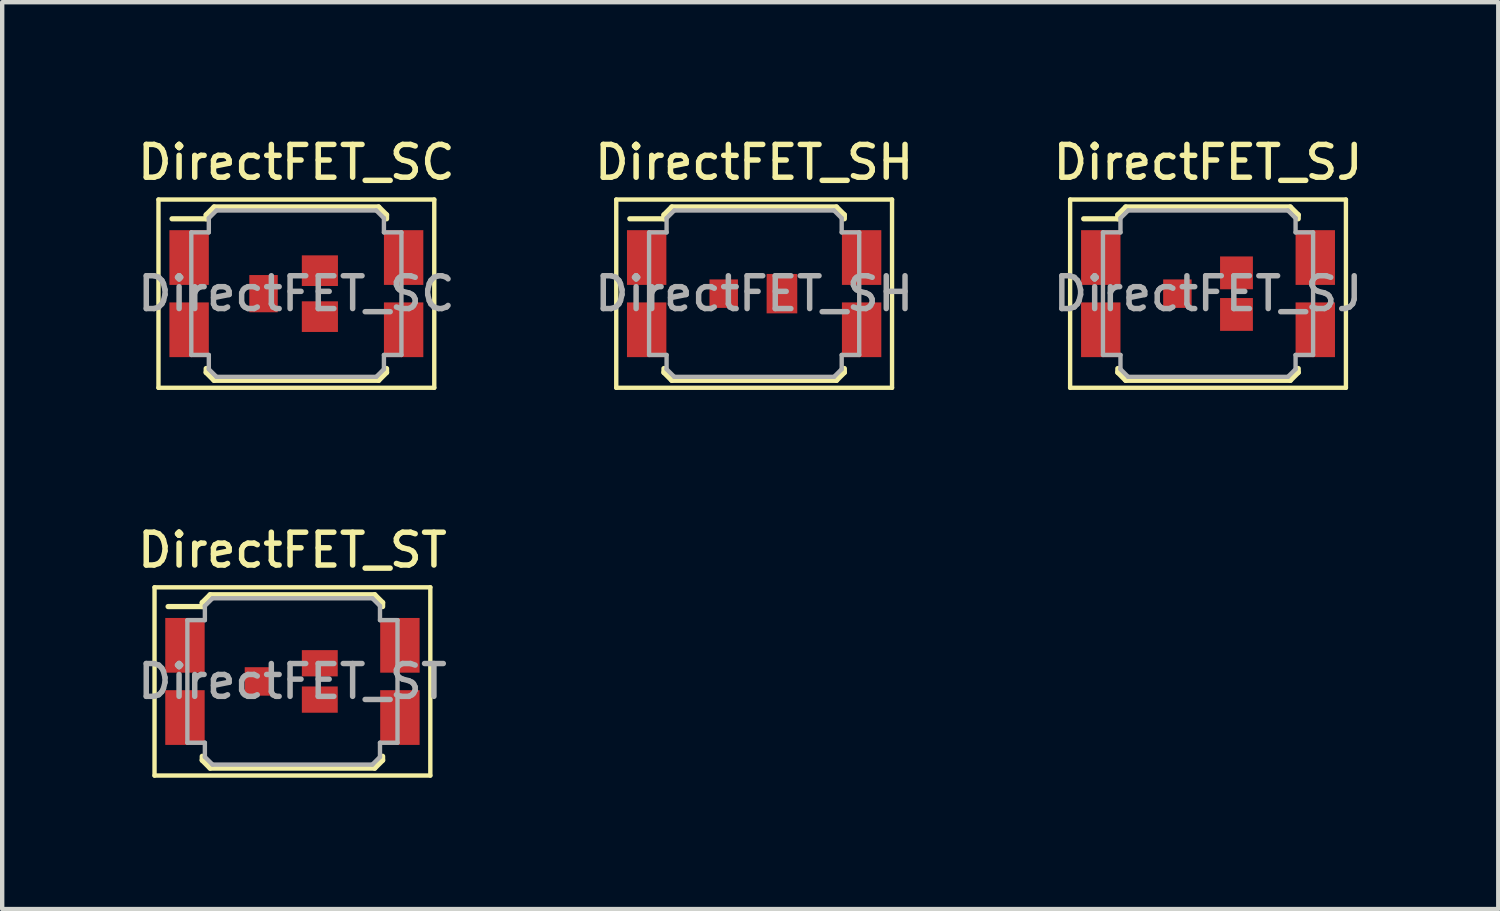
<source format=kicad_pcb>
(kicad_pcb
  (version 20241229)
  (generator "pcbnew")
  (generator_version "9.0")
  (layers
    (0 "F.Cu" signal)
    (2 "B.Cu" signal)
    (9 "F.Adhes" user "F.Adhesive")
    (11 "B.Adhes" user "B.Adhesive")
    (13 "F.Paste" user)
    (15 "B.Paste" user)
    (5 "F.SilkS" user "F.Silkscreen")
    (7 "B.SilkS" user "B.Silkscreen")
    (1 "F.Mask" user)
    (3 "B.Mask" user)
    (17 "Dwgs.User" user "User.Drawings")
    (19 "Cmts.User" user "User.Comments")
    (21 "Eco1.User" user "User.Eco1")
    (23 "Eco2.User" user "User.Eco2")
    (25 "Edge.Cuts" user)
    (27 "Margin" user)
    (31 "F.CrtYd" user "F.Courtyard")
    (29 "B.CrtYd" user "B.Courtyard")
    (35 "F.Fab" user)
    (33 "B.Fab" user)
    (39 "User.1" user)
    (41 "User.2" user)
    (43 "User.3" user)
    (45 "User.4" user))
  (footprint "DirectFET_SH"
    (layer "F.Cu")
    (at 14.177 3.658)
    (property "Reference" "DirectFET_SH" (at 0 -3 0) (layer "F.SilkS") (effects (font (size 0.75 0.75) (thickness 0.125))))
    (attr smd)
    (fp_line (start -3.15 -2.15) (end -3.15 2.15) (stroke (width 0.1) (type solid)) (layer "F.SilkS"))
    (fp_line (start -3.15 -2.15) (end 3.15 -2.15) (stroke (width 0.1) (type solid)) (layer "F.SilkS"))
    (fp_line (start -3.15 2.15) (end 3.15 2.15) (stroke (width 0.1) (type solid)) (layer "F.SilkS"))
    (fp_line (start -2.84 -1.71) (end -2.06 -1.71) (stroke (width 0.12) (type solid)) (layer "F.SilkS"))
    (fp_line (start -2.06 -1.8) (end -1.88 -1.98) (stroke (width 0.12) (type solid)) (layer "F.SilkS"))
    (fp_line (start -2.06 -1.71) (end -2.06 -1.8) (stroke (width 0.12) (type solid)) (layer "F.SilkS"))
    (fp_line (start -2.06 1.71) (end -2.06 1.8) (stroke (width 0.12) (type solid)) (layer "F.SilkS"))
    (fp_line (start -2.06 1.8) (end -1.88 1.98) (stroke (width 0.12) (type solid)) (layer "F.SilkS"))
    (fp_line (start -1.88 -1.98) (end 1.88 -1.98) (stroke (width 0.12) (type solid)) (layer "F.SilkS"))
    (fp_line (start -1.88 1.98) (end 1.88 1.98) (stroke (width 0.12) (type solid)) (layer "F.SilkS"))
    (fp_line (start 2.06 -1.8) (end 1.88 -1.98) (stroke (width 0.12) (type solid)) (layer "F.SilkS"))
    (fp_line (start 2.06 -1.71) (end 2.06 -1.8) (stroke (width 0.12) (type solid)) (layer "F.SilkS"))
    (fp_line (start 2.06 1.71) (end 2.06 1.8) (stroke (width 0.12) (type solid)) (layer "F.SilkS"))
    (fp_line (start 2.06 1.8) (end 1.88 1.98) (stroke (width 0.12) (type solid)) (layer "F.SilkS"))
    (fp_line (start 3.15 -2.15) (end 3.15 2.15) (stroke (width 0.1) (type solid)) (layer "F.SilkS"))
    (fp_line (start -2.4 -1.4) (end -2 -1.4) (stroke (width 0.1) (type solid)) (layer "F.Fab"))
    (fp_line (start -2.4 1.4) (end -2.4 -1.4) (stroke (width 0.1) (type solid)) (layer "F.Fab"))
    (fp_line (start -2.4 1.4) (end -2 1.4) (stroke (width 0.1) (type solid)) (layer "F.Fab"))
    (fp_line (start -2 -1.725) (end -1.825 -1.9) (stroke (width 0.1) (type solid)) (layer "F.Fab"))
    (fp_line (start -2 -1.4) (end -2 -1.725) (stroke (width 0.1) (type solid)) (layer "F.Fab"))
    (fp_line (start -2 1.4) (end -2 1.725) (stroke (width 0.1) (type solid)) (layer "F.Fab"))
    (fp_line (start -2 1.725) (end -1.825 1.9) (stroke (width 0.1) (type solid)) (layer "F.Fab"))
    (fp_line (start -1.825 -1.9) (end 1.825 -1.9) (stroke (width 0.1) (type solid)) (layer "F.Fab"))
    (fp_line (start -1.825 1.9) (end 1.825 1.9) (stroke (width 0.1) (type solid)) (layer "F.Fab"))
    (fp_line (start 1.825 -1.9) (end 2 -1.725) (stroke (width 0.1) (type solid)) (layer "F.Fab"))
    (fp_line (start 1.825 1.9) (end 2 1.725) (stroke (width 0.1) (type solid)) (layer "F.Fab"))
    (fp_line (start 2 -1.4) (end 2 -1.725) (stroke (width 0.1) (type solid)) (layer "F.Fab"))
    (fp_line (start 2 1.4) (end 2 1.725) (stroke (width 0.1) (type solid)) (layer "F.Fab"))
    (fp_line (start 2.4 -1.4) (end 2 -1.4) (stroke (width 0.1) (type solid)) (layer "F.Fab"))
    (fp_line (start 2.4 1.4) (end 2 1.4) (stroke (width 0.1) (type solid)) (layer "F.Fab"))
    (fp_line (start 2.4 1.4) (end 2.4 -1.4) (stroke (width 0.1) (type solid)) (layer "F.Fab"))
    (fp_text user "${REFERENCE}" (at 0 0 0) (layer "F.Fab") (effects (font (size 0.75 0.75) (thickness 0.125))))
    (pad "1" smd rect (at -2.455 -0.825) (size 0.9 1.25) (layers "F.Cu" "F.Mask" "F.Paste"))
    (pad "1" smd rect (at -2.455 0.825) (size 0.9 1.25) (layers "F.Cu" "F.Mask" "F.Paste"))
    (pad "1" smd rect (at 2.455 -0.825) (size 0.9 1.25) (layers "F.Cu" "F.Mask" "F.Paste"))
    (pad "1" smd rect (at 2.455 0.825) (size 0.9 1.25) (layers "F.Cu" "F.Mask" "F.Paste"))
    (pad "2" smd rect (at -0.695 0) (size 0.65 0.65) (layers "F.Cu" "F.Mask" "F.Paste"))
    (pad "3" smd rect (at 0.635 0) (size 0.7 0.9) (layers "F.Cu" "F.Mask" "F.Paste")))
  (footprint "DirectFET_SC"
    (layer "F.Cu")
    (at 3.72 3.658)
    (property "Reference" "DirectFET_SC" (at 0 -3 0) (layer "F.SilkS") (effects (font (size 0.75 0.75) (thickness 0.125))))
    (attr smd)
    (fp_line (start -3.15 -2.15) (end -3.15 2.15) (stroke (width 0.1) (type solid)) (layer "F.SilkS"))
    (fp_line (start -3.15 -2.15) (end 3.15 -2.15) (stroke (width 0.1) (type solid)) (layer "F.SilkS"))
    (fp_line (start -3.15 2.15) (end 3.15 2.15) (stroke (width 0.1) (type solid)) (layer "F.SilkS"))
    (fp_line (start -2.84 -1.71) (end -2.06 -1.71) (stroke (width 0.12) (type solid)) (layer "F.SilkS"))
    (fp_line (start -2.06 -1.8) (end -1.88 -1.98) (stroke (width 0.12) (type solid)) (layer "F.SilkS"))
    (fp_line (start -2.06 -1.71) (end -2.06 -1.8) (stroke (width 0.12) (type solid)) (layer "F.SilkS"))
    (fp_line (start -2.06 1.71) (end -2.06 1.8) (stroke (width 0.12) (type solid)) (layer "F.SilkS"))
    (fp_line (start -2.06 1.8) (end -1.88 1.98) (stroke (width 0.12) (type solid)) (layer "F.SilkS"))
    (fp_line (start -1.88 -1.98) (end 1.88 -1.98) (stroke (width 0.12) (type solid)) (layer "F.SilkS"))
    (fp_line (start -1.88 1.98) (end 1.88 1.98) (stroke (width 0.12) (type solid)) (layer "F.SilkS"))
    (fp_line (start 2.06 -1.8) (end 1.88 -1.98) (stroke (width 0.12) (type solid)) (layer "F.SilkS"))
    (fp_line (start 2.06 -1.71) (end 2.06 -1.8) (stroke (width 0.12) (type solid)) (layer "F.SilkS"))
    (fp_line (start 2.06 1.71) (end 2.06 1.8) (stroke (width 0.12) (type solid)) (layer "F.SilkS"))
    (fp_line (start 2.06 1.8) (end 1.88 1.98) (stroke (width 0.12) (type solid)) (layer "F.SilkS"))
    (fp_line (start 3.15 -2.15) (end 3.15 2.15) (stroke (width 0.1) (type solid)) (layer "F.SilkS"))
    (fp_line (start -2.4 -1.4) (end -2 -1.4) (stroke (width 0.1) (type solid)) (layer "F.Fab"))
    (fp_line (start -2.4 1.4) (end -2.4 -1.4) (stroke (width 0.1) (type solid)) (layer "F.Fab"))
    (fp_line (start -2.4 1.4) (end -2 1.4) (stroke (width 0.1) (type solid)) (layer "F.Fab"))
    (fp_line (start -2 -1.725) (end -1.825 -1.9) (stroke (width 0.1) (type solid)) (layer "F.Fab"))
    (fp_line (start -2 -1.4) (end -2 -1.725) (stroke (width 0.1) (type solid)) (layer "F.Fab"))
    (fp_line (start -2 1.4) (end -2 1.725) (stroke (width 0.1) (type solid)) (layer "F.Fab"))
    (fp_line (start -2 1.725) (end -1.825 1.9) (stroke (width 0.1) (type solid)) (layer "F.Fab"))
    (fp_line (start -1.825 -1.9) (end 1.825 -1.9) (stroke (width 0.1) (type solid)) (layer "F.Fab"))
    (fp_line (start -1.825 1.9) (end 1.825 1.9) (stroke (width 0.1) (type solid)) (layer "F.Fab"))
    (fp_line (start 1.825 -1.9) (end 2 -1.725) (stroke (width 0.1) (type solid)) (layer "F.Fab"))
    (fp_line (start 1.825 1.9) (end 2 1.725) (stroke (width 0.1) (type solid)) (layer "F.Fab"))
    (fp_line (start 2 -1.4) (end 2 -1.725) (stroke (width 0.1) (type solid)) (layer "F.Fab"))
    (fp_line (start 2 1.4) (end 2 1.725) (stroke (width 0.1) (type solid)) (layer "F.Fab"))
    (fp_line (start 2.4 -1.4) (end 2 -1.4) (stroke (width 0.1) (type solid)) (layer "F.Fab"))
    (fp_line (start 2.4 1.4) (end 2 1.4) (stroke (width 0.1) (type solid)) (layer "F.Fab"))
    (fp_line (start 2.4 1.4) (end 2.4 -1.4) (stroke (width 0.1) (type solid)) (layer "F.Fab"))
    (fp_text user "${REFERENCE}" (at 0 0 0) (layer "F.Fab") (effects (font (size 0.75 0.75) (thickness 0.125))))
    (pad "1" smd rect (at -2.45 -0.825) (size 0.9 1.25) (layers "F.Cu" "F.Mask" "F.Paste"))
    (pad "1" smd rect (at -2.45 0.825) (size 0.9 1.25) (layers "F.Cu" "F.Mask" "F.Paste"))
    (pad "1" smd rect (at 2.45 -0.825) (size 0.9 1.25) (layers "F.Cu" "F.Mask" "F.Paste"))
    (pad "1" smd rect (at 2.45 0.825) (size 0.9 1.25) (layers "F.Cu" "F.Mask" "F.Paste"))
    (pad "2" smd rect (at -0.75 0) (size 0.65 0.85) (layers "F.Cu" "F.Mask" "F.Paste"))
    (pad "3" smd rect (at 0.537 -0.525) (size 0.825 0.7) (layers "F.Cu" "F.Mask" "F.Paste"))
    (pad "3" smd rect (at 0.537 0.525) (size 0.825 0.7) (layers "F.Cu" "F.Mask" "F.Paste")))
  (footprint "DirectFET_SJ"
    (layer "F.Cu")
    (at 24.545 3.658)
    (property "Reference" "DirectFET_SJ" (at 0 -3 0) (layer "F.SilkS") (effects (font (size 0.75 0.75) (thickness 0.125))))
    (attr smd)
    (fp_line (start -3.15 -2.15) (end -3.15 2.15) (stroke (width 0.1) (type solid)) (layer "F.SilkS"))
    (fp_line (start -3.15 -2.15) (end 3.15 -2.15) (stroke (width 0.1) (type solid)) (layer "F.SilkS"))
    (fp_line (start -3.15 2.15) (end 3.15 2.15) (stroke (width 0.1) (type solid)) (layer "F.SilkS"))
    (fp_line (start -2.84 -1.71) (end -2.06 -1.71) (stroke (width 0.12) (type solid)) (layer "F.SilkS"))
    (fp_line (start -2.06 -1.8) (end -1.88 -1.98) (stroke (width 0.12) (type solid)) (layer "F.SilkS"))
    (fp_line (start -2.06 -1.71) (end -2.06 -1.8) (stroke (width 0.12) (type solid)) (layer "F.SilkS"))
    (fp_line (start -2.06 1.71) (end -2.06 1.8) (stroke (width 0.12) (type solid)) (layer "F.SilkS"))
    (fp_line (start -2.06 1.8) (end -1.88 1.98) (stroke (width 0.12) (type solid)) (layer "F.SilkS"))
    (fp_line (start -1.88 -1.98) (end 1.88 -1.98) (stroke (width 0.12) (type solid)) (layer "F.SilkS"))
    (fp_line (start -1.88 1.98) (end 1.88 1.98) (stroke (width 0.12) (type solid)) (layer "F.SilkS"))
    (fp_line (start 2.06 -1.8) (end 1.88 -1.98) (stroke (width 0.12) (type solid)) (layer "F.SilkS"))
    (fp_line (start 2.06 -1.71) (end 2.06 -1.8) (stroke (width 0.12) (type solid)) (layer "F.SilkS"))
    (fp_line (start 2.06 1.71) (end 2.06 1.8) (stroke (width 0.12) (type solid)) (layer "F.SilkS"))
    (fp_line (start 2.06 1.8) (end 1.88 1.98) (stroke (width 0.12) (type solid)) (layer "F.SilkS"))
    (fp_line (start 3.15 -2.15) (end 3.15 2.15) (stroke (width 0.1) (type solid)) (layer "F.SilkS"))
    (fp_line (start -2.4 -1.4) (end -2 -1.4) (stroke (width 0.1) (type solid)) (layer "F.Fab"))
    (fp_line (start -2.4 1.4) (end -2.4 -1.4) (stroke (width 0.1) (type solid)) (layer "F.Fab"))
    (fp_line (start -2.4 1.4) (end -2 1.4) (stroke (width 0.1) (type solid)) (layer "F.Fab"))
    (fp_line (start -2 -1.725) (end -1.825 -1.9) (stroke (width 0.1) (type solid)) (layer "F.Fab"))
    (fp_line (start -2 -1.4) (end -2 -1.725) (stroke (width 0.1) (type solid)) (layer "F.Fab"))
    (fp_line (start -2 1.4) (end -2 1.725) (stroke (width 0.1) (type solid)) (layer "F.Fab"))
    (fp_line (start -2 1.725) (end -1.825 1.9) (stroke (width 0.1) (type solid)) (layer "F.Fab"))
    (fp_line (start -1.825 -1.9) (end 1.825 -1.9) (stroke (width 0.1) (type solid)) (layer "F.Fab"))
    (fp_line (start -1.825 1.9) (end 1.825 1.9) (stroke (width 0.1) (type solid)) (layer "F.Fab"))
    (fp_line (start 1.825 -1.9) (end 2 -1.725) (stroke (width 0.1) (type solid)) (layer "F.Fab"))
    (fp_line (start 1.825 1.9) (end 2 1.725) (stroke (width 0.1) (type solid)) (layer "F.Fab"))
    (fp_line (start 2 -1.4) (end 2 -1.725) (stroke (width 0.1) (type solid)) (layer "F.Fab"))
    (fp_line (start 2 1.4) (end 2 1.725) (stroke (width 0.1) (type solid)) (layer "F.Fab"))
    (fp_line (start 2.4 -1.4) (end 2 -1.4) (stroke (width 0.1) (type solid)) (layer "F.Fab"))
    (fp_line (start 2.4 1.4) (end 2 1.4) (stroke (width 0.1) (type solid)) (layer "F.Fab"))
    (fp_line (start 2.4 1.4) (end 2.4 -1.4) (stroke (width 0.1) (type solid)) (layer "F.Fab"))
    (fp_text user "${REFERENCE}" (at 0 0 0) (layer "F.Fab") (effects (font (size 0.75 0.75) (thickness 0.125))))
    (pad "1" smd rect (at -2.45 -0.825) (size 0.9 1.25) (layers "F.Cu" "F.Mask" "F.Paste"))
    (pad "1" smd rect (at -2.45 0.825) (size 0.9 1.25) (layers "F.Cu" "F.Mask" "F.Paste"))
    (pad "1" smd rect (at 2.45 -0.825) (size 0.9 1.25) (layers "F.Cu" "F.Mask" "F.Paste"))
    (pad "1" smd rect (at 2.45 0.825) (size 0.9 1.25) (layers "F.Cu" "F.Mask" "F.Paste"))
    (pad "2" smd rect (at -0.7 0) (size 0.65 0.65) (layers "F.Cu" "F.Mask" "F.Paste"))
    (pad "3" smd rect (at 0.65 -0.475) (size 0.75 0.75) (layers "F.Cu" "F.Mask" "F.Paste"))
    (pad "3" smd rect (at 0.65 0.475) (size 0.75 0.75) (layers "F.Cu" "F.Mask" "F.Paste")))
  (footprint "DirectFET_ST"
    (layer "F.Cu")
    (at 3.63 12.516)
    (property "Reference" "DirectFET_ST" (at 0 -3 0) (layer "F.SilkS") (effects (font (size 0.75 0.75) (thickness 0.125))))
    (attr smd)
    (fp_line (start -3.15 -2.15) (end -3.15 2.15) (stroke (width 0.1) (type solid)) (layer "F.SilkS"))
    (fp_line (start -3.15 -2.15) (end 3.15 -2.15) (stroke (width 0.1) (type solid)) (layer "F.SilkS"))
    (fp_line (start -3.15 2.15) (end 3.15 2.15) (stroke (width 0.1) (type solid)) (layer "F.SilkS"))
    (fp_line (start -2.84 -1.71) (end -2.06 -1.71) (stroke (width 0.12) (type solid)) (layer "F.SilkS"))
    (fp_line (start -2.06 -1.8) (end -1.88 -1.98) (stroke (width 0.12) (type solid)) (layer "F.SilkS"))
    (fp_line (start -2.06 -1.71) (end -2.06 -1.8) (stroke (width 0.12) (type solid)) (layer "F.SilkS"))
    (fp_line (start -2.06 1.71) (end -2.06 1.8) (stroke (width 0.12) (type solid)) (layer "F.SilkS"))
    (fp_line (start -2.06 1.8) (end -1.88 1.98) (stroke (width 0.12) (type solid)) (layer "F.SilkS"))
    (fp_line (start -1.88 -1.98) (end 1.88 -1.98) (stroke (width 0.12) (type solid)) (layer "F.SilkS"))
    (fp_line (start -1.88 1.98) (end 1.88 1.98) (stroke (width 0.12) (type solid)) (layer "F.SilkS"))
    (fp_line (start 2.06 -1.8) (end 1.88 -1.98) (stroke (width 0.12) (type solid)) (layer "F.SilkS"))
    (fp_line (start 2.06 -1.71) (end 2.06 -1.8) (stroke (width 0.12) (type solid)) (layer "F.SilkS"))
    (fp_line (start 2.06 1.71) (end 2.06 1.8) (stroke (width 0.12) (type solid)) (layer "F.SilkS"))
    (fp_line (start 2.06 1.8) (end 1.88 1.98) (stroke (width 0.12) (type solid)) (layer "F.SilkS"))
    (fp_line (start 3.15 -2.15) (end 3.15 2.15) (stroke (width 0.1) (type solid)) (layer "F.SilkS"))
    (fp_line (start -2.4 -1.4) (end -2 -1.4) (stroke (width 0.1) (type solid)) (layer "F.Fab"))
    (fp_line (start -2.4 1.4) (end -2.4 -1.4) (stroke (width 0.1) (type solid)) (layer "F.Fab"))
    (fp_line (start -2.4 1.4) (end -2 1.4) (stroke (width 0.1) (type solid)) (layer "F.Fab"))
    (fp_line (start -2 -1.725) (end -1.825 -1.9) (stroke (width 0.1) (type solid)) (layer "F.Fab"))
    (fp_line (start -2 -1.4) (end -2 -1.725) (stroke (width 0.1) (type solid)) (layer "F.Fab"))
    (fp_line (start -2 1.4) (end -2 1.725) (stroke (width 0.1) (type solid)) (layer "F.Fab"))
    (fp_line (start -2 1.725) (end -1.825 1.9) (stroke (width 0.1) (type solid)) (layer "F.Fab"))
    (fp_line (start -1.825 -1.9) (end 1.825 -1.9) (stroke (width 0.1) (type solid)) (layer "F.Fab"))
    (fp_line (start -1.825 1.9) (end 1.825 1.9) (stroke (width 0.1) (type solid)) (layer "F.Fab"))
    (fp_line (start 1.825 -1.9) (end 2 -1.725) (stroke (width 0.1) (type solid)) (layer "F.Fab"))
    (fp_line (start 1.825 1.9) (end 2 1.725) (stroke (width 0.1) (type solid)) (layer "F.Fab"))
    (fp_line (start 2 -1.4) (end 2 -1.725) (stroke (width 0.1) (type solid)) (layer "F.Fab"))
    (fp_line (start 2 1.4) (end 2 1.725) (stroke (width 0.1) (type solid)) (layer "F.Fab"))
    (fp_line (start 2.4 -1.4) (end 2 -1.4) (stroke (width 0.1) (type solid)) (layer "F.Fab"))
    (fp_line (start 2.4 1.4) (end 2 1.4) (stroke (width 0.1) (type solid)) (layer "F.Fab"))
    (fp_line (start 2.4 1.4) (end 2.4 -1.4) (stroke (width 0.1) (type solid)) (layer "F.Fab"))
    (fp_text user "${REFERENCE}" (at 0 0 0) (layer "F.Fab") (effects (font (size 0.75 0.75) (thickness 0.125))))
    (pad "1" smd rect (at -2.455 -0.825) (size 0.9 1.25) (layers "F.Cu" "F.Mask" "F.Paste"))
    (pad "1" smd rect (at -2.455 0.825) (size 0.9 1.25) (layers "F.Cu" "F.Mask" "F.Paste"))
    (pad "1" smd rect (at 2.455 -0.825) (size 0.9 1.25) (layers "F.Cu" "F.Mask" "F.Paste"))
    (pad "1" smd rect (at 2.455 0.825) (size 0.9 1.25) (layers "F.Cu" "F.Mask" "F.Paste"))
    (pad "2" smd rect (at -0.765 0) (size 0.65 0.65) (layers "F.Cu" "F.Mask" "F.Paste"))
    (pad "3" smd rect (at 0.625 -0.415) (size 0.82 0.6) (layers "F.Cu" "F.Mask" "F.Paste"))
    (pad "3" smd rect (at 0.625 0.415) (size 0.82 0.6) (layers "F.Cu" "F.Mask" "F.Paste")))
  (gr_rect
    (start -3 -3)
    (end 31.175 17.716)
    (stroke (width 0.1) (type default))
    (fill no)
    (layer "Edge.Cuts")))
</source>
